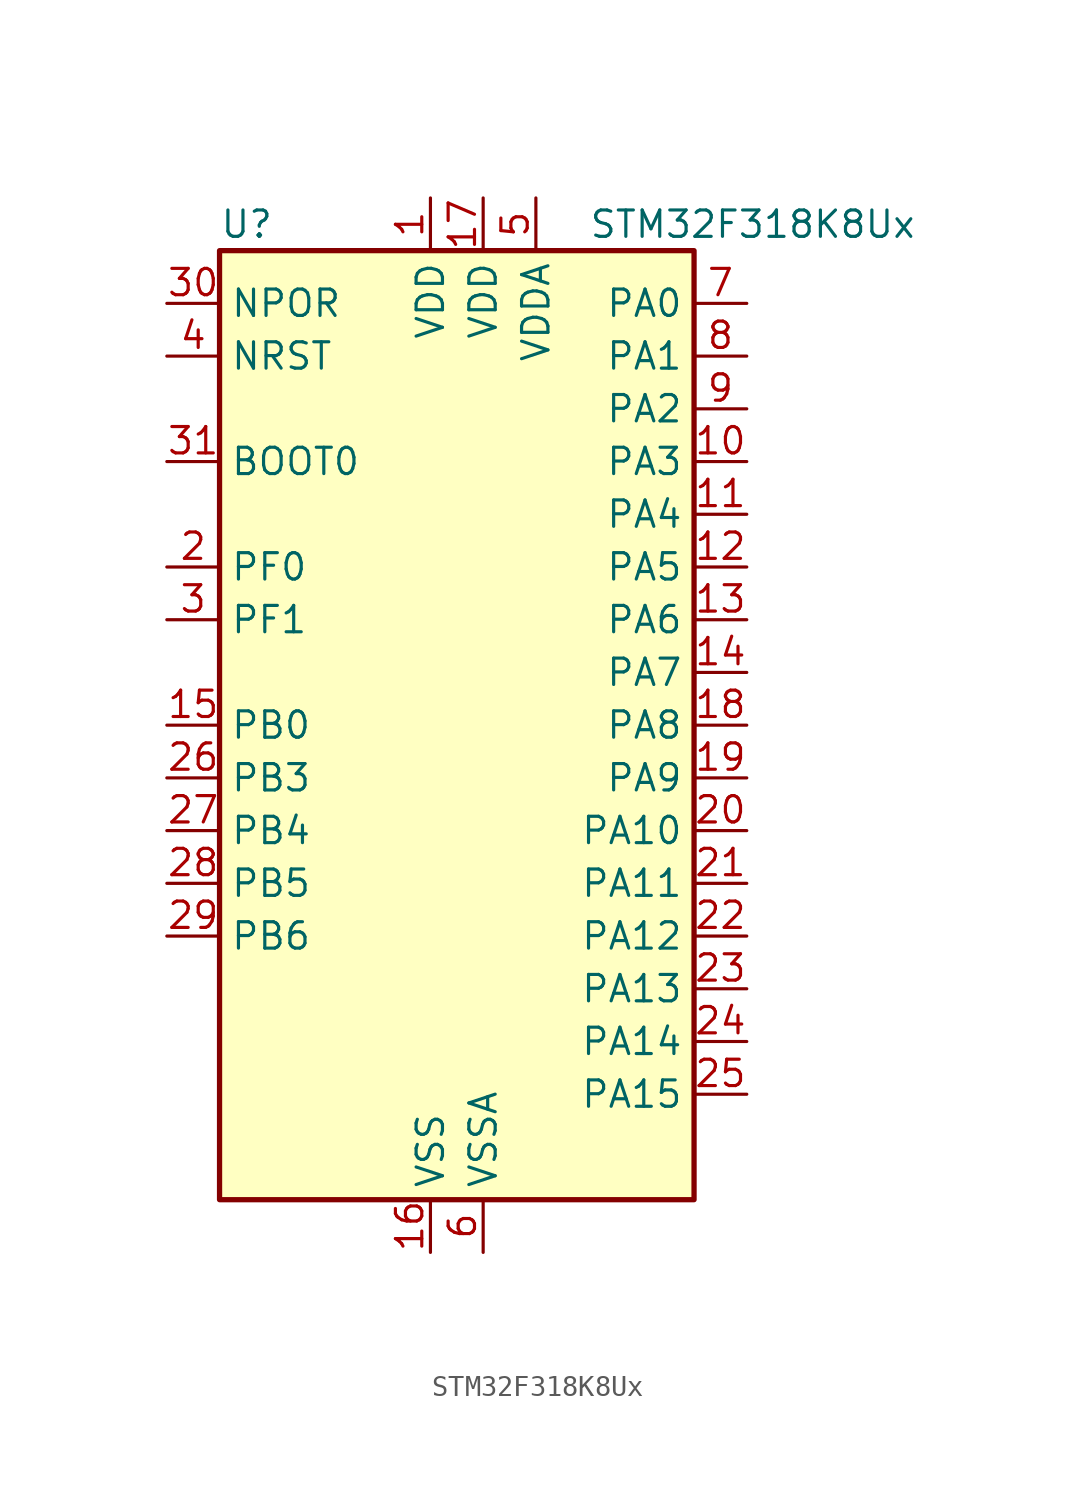
<source format=kicad_sym>
(kicad_symbol_lib
  (version 20231120)
  (generator "kicad_symbol_editor")
  (generator_version "8.0")
  (symbol "STM32F318K8Ux"
    (property "Reference" "U"
      (at -10.16 24.13 0)
      (effects (font (size 1.27 1.27)) (justify left)))
    (property "Value" "STM32F318K8Ux"
      (at 7.62 24.13 0)
      (effects (font (size 1.27 1.27)) (justify left)))
    (property "ki_locked" ""
      (at 0 0 0)
      (effects (font (size 1.27 1.27))))
    (symbol "STM32F318K8Ux_0_1"
      (rectangle (start -10.16 -22.86) (end 12.7 22.86) (stroke (width 0.254) (type default)) (fill (type background))))
    (symbol "STM32F318K8Ux_1_1"
      (pin power_in line (at 0 25.4 270) (length 2.54) (name "VDD" (effects (font (size 1.27 1.27)))) (number "1" (effects (font (size 1.27 1.27)))))
      (pin bidirectional line (at 15.24 12.7 180) (length 2.54) (name "PA3" (effects (font (size 1.27 1.27)))) (number "10" (effects (font (size 1.27 1.27)))) (alternate "ADC1_IN4" bidirectional line) (alternate "TIM15_CH2" bidirectional line) (alternate "TIM2_CH4" bidirectional line) (alternate "TSC_G1_IO4" bidirectional line) (alternate "USART2_RX" bidirectional line))
      (pin bidirectional line (at 15.24 10.16 180) (length 2.54) (name "PA4" (effects (font (size 1.27 1.27)))) (number "11" (effects (font (size 1.27 1.27)))) (alternate "ADC1_IN5" bidirectional line) (alternate "COMP2_INM" bidirectional line) (alternate "COMP4_INM" bidirectional line) (alternate "DAC_OUT1" bidirectional line) (alternate "I2S3_WS" bidirectional line) (alternate "SPI3_NSS" bidirectional line) (alternate "TSC_G2_IO1" bidirectional line) (alternate "USART2_CK" bidirectional line))
      (pin bidirectional line (at 15.24 7.62 180) (length 2.54) (name "PA5" (effects (font (size 1.27 1.27)))) (number "12" (effects (font (size 1.27 1.27)))) (alternate "OPAMP2_VINM" bidirectional line) (alternate "OPAMP2_VINM_SEC" bidirectional line) (alternate "TIM2_CH1" bidirectional line) (alternate "TIM2_ETR" bidirectional line) (alternate "TSC_G2_IO2" bidirectional line))
      (pin bidirectional line (at 15.24 5.08 180) (length 2.54) (name "PA6" (effects (font (size 1.27 1.27)))) (number "13" (effects (font (size 1.27 1.27)))) (alternate "ADC1_IN10" bidirectional line) (alternate "OPAMP2_VOUT" bidirectional line) (alternate "TIM16_CH1" bidirectional line) (alternate "TIM1_BKIN" bidirectional line) (alternate "TSC_G2_IO3" bidirectional line))
      (pin bidirectional line (at 15.24 2.54 180) (length 2.54) (name "PA7" (effects (font (size 1.27 1.27)))) (number "14" (effects (font (size 1.27 1.27)))) (alternate "ADC1_IN15" bidirectional line) (alternate "COMP2_INP" bidirectional line) (alternate "OPAMP2_VINP" bidirectional line) (alternate "OPAMP2_VINP_SEC" bidirectional line) (alternate "TIM17_CH1" bidirectional line) (alternate "TIM1_CH1N" bidirectional line) (alternate "TSC_G2_IO4" bidirectional line))
      (pin bidirectional line (at -12.7 0 0) (length 2.54) (name "PB0" (effects (font (size 1.27 1.27)))) (number "15" (effects (font (size 1.27 1.27)))) (alternate "ADC1_IN11" bidirectional line) (alternate "COMP4_INP" bidirectional line) (alternate "OPAMP2_VINP" bidirectional line) (alternate "OPAMP2_VINP_SEC" bidirectional line) (alternate "TIM1_CH2N" bidirectional line) (alternate "TSC_G3_IO2" bidirectional line))
      (pin power_in line (at 0 -25.4 90) (length 2.54) (name "VSS" (effects (font (size 1.27 1.27)))) (number "16" (effects (font (size 1.27 1.27)))))
      (pin power_in line (at 2.54 25.4 270) (length 2.54) (name "VDD" (effects (font (size 1.27 1.27)))) (number "17" (effects (font (size 1.27 1.27)))))
      (pin bidirectional line (at 15.24 0 180) (length 2.54) (name "PA8" (effects (font (size 1.27 1.27)))) (number "18" (effects (font (size 1.27 1.27)))) (alternate "I2C2_SMBA" bidirectional line) (alternate "I2C3_SCL" bidirectional line) (alternate "I2S2_MCK" bidirectional line) (alternate "RCC_MCO" bidirectional line) (alternate "TIM1_CH1" bidirectional line) (alternate "USART1_CK" bidirectional line))
      (pin bidirectional line (at 15.24 -2.54 180) (length 2.54) (name "PA9" (effects (font (size 1.27 1.27)))) (number "19" (effects (font (size 1.27 1.27)))) (alternate "DAC_EXTI9" bidirectional line) (alternate "I2C2_SCL" bidirectional line) (alternate "I2C3_SMBA" bidirectional line) (alternate "I2S3_MCK" bidirectional line) (alternate "TIM15_BKIN" bidirectional line) (alternate "TIM1_CH2" bidirectional line) (alternate "TIM2_CH3" bidirectional line) (alternate "TSC_G4_IO1" bidirectional line) (alternate "USART1_TX" bidirectional line))
      (pin bidirectional line (at -12.7 7.62 0) (length 2.54) (name "PF0" (effects (font (size 1.27 1.27)))) (number "2" (effects (font (size 1.27 1.27)))) (alternate "I2C2_SDA" bidirectional line) (alternate "I2S2_WS" bidirectional line) (alternate "RCC_OSC_IN" bidirectional line) (alternate "SPI2_NSS" bidirectional line) (alternate "TIM1_CH3N" bidirectional line))
      (pin bidirectional line (at 15.24 -5.08 180) (length 2.54) (name "PA10" (effects (font (size 1.27 1.27)))) (number "20" (effects (font (size 1.27 1.27)))) (alternate "I2C2_SDA" bidirectional line) (alternate "I2S2_ext_SD" bidirectional line) (alternate "SPI2_MISO" bidirectional line) (alternate "TIM17_BKIN" bidirectional line) (alternate "TIM1_CH3" bidirectional line) (alternate "TIM2_CH4" bidirectional line) (alternate "TSC_G4_IO2" bidirectional line) (alternate "USART1_RX" bidirectional line))
      (pin bidirectional line (at 15.24 -7.62 180) (length 2.54) (name "PA11" (effects (font (size 1.27 1.27)))) (number "21" (effects (font (size 1.27 1.27)))) (alternate "ADC1_EXTI11" bidirectional line) (alternate "I2S2_SD" bidirectional line) (alternate "SPI2_MOSI" bidirectional line) (alternate "TIM1_BKIN2" bidirectional line) (alternate "TIM1_CH1N" bidirectional line) (alternate "TIM1_CH4" bidirectional line) (alternate "USART1_CTS" bidirectional line))
      (pin bidirectional line (at 15.24 -10.16 180) (length 2.54) (name "PA12" (effects (font (size 1.27 1.27)))) (number "22" (effects (font (size 1.27 1.27)))) (alternate "COMP2_OUT" bidirectional line) (alternate "I2S_CKIN" bidirectional line) (alternate "TIM16_CH1" bidirectional line) (alternate "TIM1_CH2N" bidirectional line) (alternate "TIM1_ETR" bidirectional line) (alternate "USART1_DE" bidirectional line) (alternate "USART1_RTS" bidirectional line))
      (pin bidirectional line (at 15.24 -12.7 180) (length 2.54) (name "PA13" (effects (font (size 1.27 1.27)))) (number "23" (effects (font (size 1.27 1.27)))) (alternate "IR_OUT" bidirectional line) (alternate "SYS_JTMS-SWDIO" bidirectional line) (alternate "TIM16_CH1N" bidirectional line) (alternate "TSC_G4_IO3" bidirectional line))
      (pin bidirectional line (at 15.24 -15.24 180) (length 2.54) (name "PA14" (effects (font (size 1.27 1.27)))) (number "24" (effects (font (size 1.27 1.27)))) (alternate "I2C1_SDA" bidirectional line) (alternate "SYS_JTCK-SWCLK" bidirectional line) (alternate "TIM1_BKIN" bidirectional line) (alternate "TSC_G4_IO4" bidirectional line) (alternate "USART2_TX" bidirectional line))
      (pin bidirectional line (at 15.24 -17.78 180) (length 2.54) (name "PA15" (effects (font (size 1.27 1.27)))) (number "25" (effects (font (size 1.27 1.27)))) (alternate "ADC1_EXTI15" bidirectional line) (alternate "I2C1_SCL" bidirectional line) (alternate "I2S3_WS" bidirectional line) (alternate "SPI3_NSS" bidirectional line) (alternate "SYS_JTDI" bidirectional line) (alternate "TIM1_BKIN" bidirectional line) (alternate "TIM2_CH1" bidirectional line) (alternate "TIM2_ETR" bidirectional line) (alternate "TSC_SYNC" bidirectional line) (alternate "USART2_RX" bidirectional line))
      (pin bidirectional line (at -12.7 -2.54 0) (length 2.54) (name "PB3" (effects (font (size 1.27 1.27)))) (number "26" (effects (font (size 1.27 1.27)))) (alternate "I2S3_CK" bidirectional line) (alternate "SPI3_SCK" bidirectional line) (alternate "SYS_JTDO-TRACESWO" bidirectional line) (alternate "TIM2_CH2" bidirectional line) (alternate "TSC_G5_IO1" bidirectional line) (alternate "USART2_TX" bidirectional line))
      (pin bidirectional line (at -12.7 -5.08 0) (length 2.54) (name "PB4" (effects (font (size 1.27 1.27)))) (number "27" (effects (font (size 1.27 1.27)))) (alternate "I2S3_ext_SD" bidirectional line) (alternate "SPI3_MISO" bidirectional line) (alternate "SYS_NJTRST" bidirectional line) (alternate "TIM16_CH1" bidirectional line) (alternate "TIM17_BKIN" bidirectional line) (alternate "TSC_G5_IO2" bidirectional line) (alternate "USART2_RX" bidirectional line))
      (pin bidirectional line (at -12.7 -7.62 0) (length 2.54) (name "PB5" (effects (font (size 1.27 1.27)))) (number "28" (effects (font (size 1.27 1.27)))) (alternate "I2C1_SMBA" bidirectional line) (alternate "I2C3_SDA" bidirectional line) (alternate "I2S3_SD" bidirectional line) (alternate "SPI3_MOSI" bidirectional line) (alternate "TIM16_BKIN" bidirectional line) (alternate "TIM17_CH1" bidirectional line) (alternate "USART2_CK" bidirectional line))
      (pin bidirectional line (at -12.7 -10.16 0) (length 2.54) (name "PB6" (effects (font (size 1.27 1.27)))) (number "29" (effects (font (size 1.27 1.27)))) (alternate "I2C1_SCL" bidirectional line) (alternate "TIM16_CH1N" bidirectional line) (alternate "TSC_G5_IO3" bidirectional line) (alternate "USART1_TX" bidirectional line))
      (pin bidirectional line (at -12.7 5.08 0) (length 2.54) (name "PF1" (effects (font (size 1.27 1.27)))) (number "3" (effects (font (size 1.27 1.27)))) (alternate "I2C2_SCL" bidirectional line) (alternate "I2S2_CK" bidirectional line) (alternate "RCC_OSC_OUT" bidirectional line) (alternate "SPI2_SCK" bidirectional line))
      (pin input line (at -12.7 20.32 0) (length 2.54) (name "NPOR" (effects (font (size 1.27 1.27)))) (number "30" (effects (font (size 1.27 1.27)))))
      (pin input line (at -12.7 12.7 0) (length 2.54) (name "BOOT0" (effects (font (size 1.27 1.27)))) (number "31" (effects (font (size 1.27 1.27)))))
      (pin passive line (at 0 -25.4 90) (length 2.54) hide (name "VSS" (effects (font (size 1.27 1.27)))) (number "32" (effects (font (size 1.27 1.27)))))
      (pin passive line (at 0 -25.4 90) (length 2.54) hide (name "VSS" (effects (font (size 1.27 1.27)))) (number "33" (effects (font (size 1.27 1.27)))))
      (pin input line (at -12.7 17.78 0) (length 2.54) (name "NRST" (effects (font (size 1.27 1.27)))) (number "4" (effects (font (size 1.27 1.27)))))
      (pin power_in line (at 5.08 25.4 270) (length 2.54) (name "VDDA" (effects (font (size 1.27 1.27)))) (number "5" (effects (font (size 1.27 1.27)))))
      (pin power_in line (at 2.54 -25.4 90) (length 2.54) (name "VSSA" (effects (font (size 1.27 1.27)))) (number "6" (effects (font (size 1.27 1.27)))))
      (pin bidirectional line (at 15.24 20.32 180) (length 2.54) (name "PA0" (effects (font (size 1.27 1.27)))) (number "7" (effects (font (size 1.27 1.27)))) (alternate "ADC1_IN1" bidirectional line) (alternate "RTC_TAMP2" bidirectional line) (alternate "SYS_WKUP1" bidirectional line) (alternate "TIM2_CH1" bidirectional line) (alternate "TIM2_ETR" bidirectional line) (alternate "TSC_G1_IO1" bidirectional line) (alternate "USART2_CTS" bidirectional line))
      (pin bidirectional line (at 15.24 17.78 180) (length 2.54) (name "PA1" (effects (font (size 1.27 1.27)))) (number "8" (effects (font (size 1.27 1.27)))) (alternate "ADC1_IN2" bidirectional line) (alternate "RTC_REFIN" bidirectional line) (alternate "TIM15_CH1N" bidirectional line) (alternate "TIM2_CH2" bidirectional line) (alternate "TSC_G1_IO2" bidirectional line) (alternate "USART2_DE" bidirectional line) (alternate "USART2_RTS" bidirectional line))
      (pin bidirectional line (at 15.24 15.24 180) (length 2.54) (name "PA2" (effects (font (size 1.27 1.27)))) (number "9" (effects (font (size 1.27 1.27)))) (alternate "ADC1_IN3" bidirectional line) (alternate "COMP2_INM" bidirectional line) (alternate "COMP2_OUT" bidirectional line) (alternate "TIM15_CH1" bidirectional line) (alternate "TIM2_CH3" bidirectional line) (alternate "TSC_G1_IO3" bidirectional line) (alternate "USART2_TX" bidirectional line)))))
</source>
